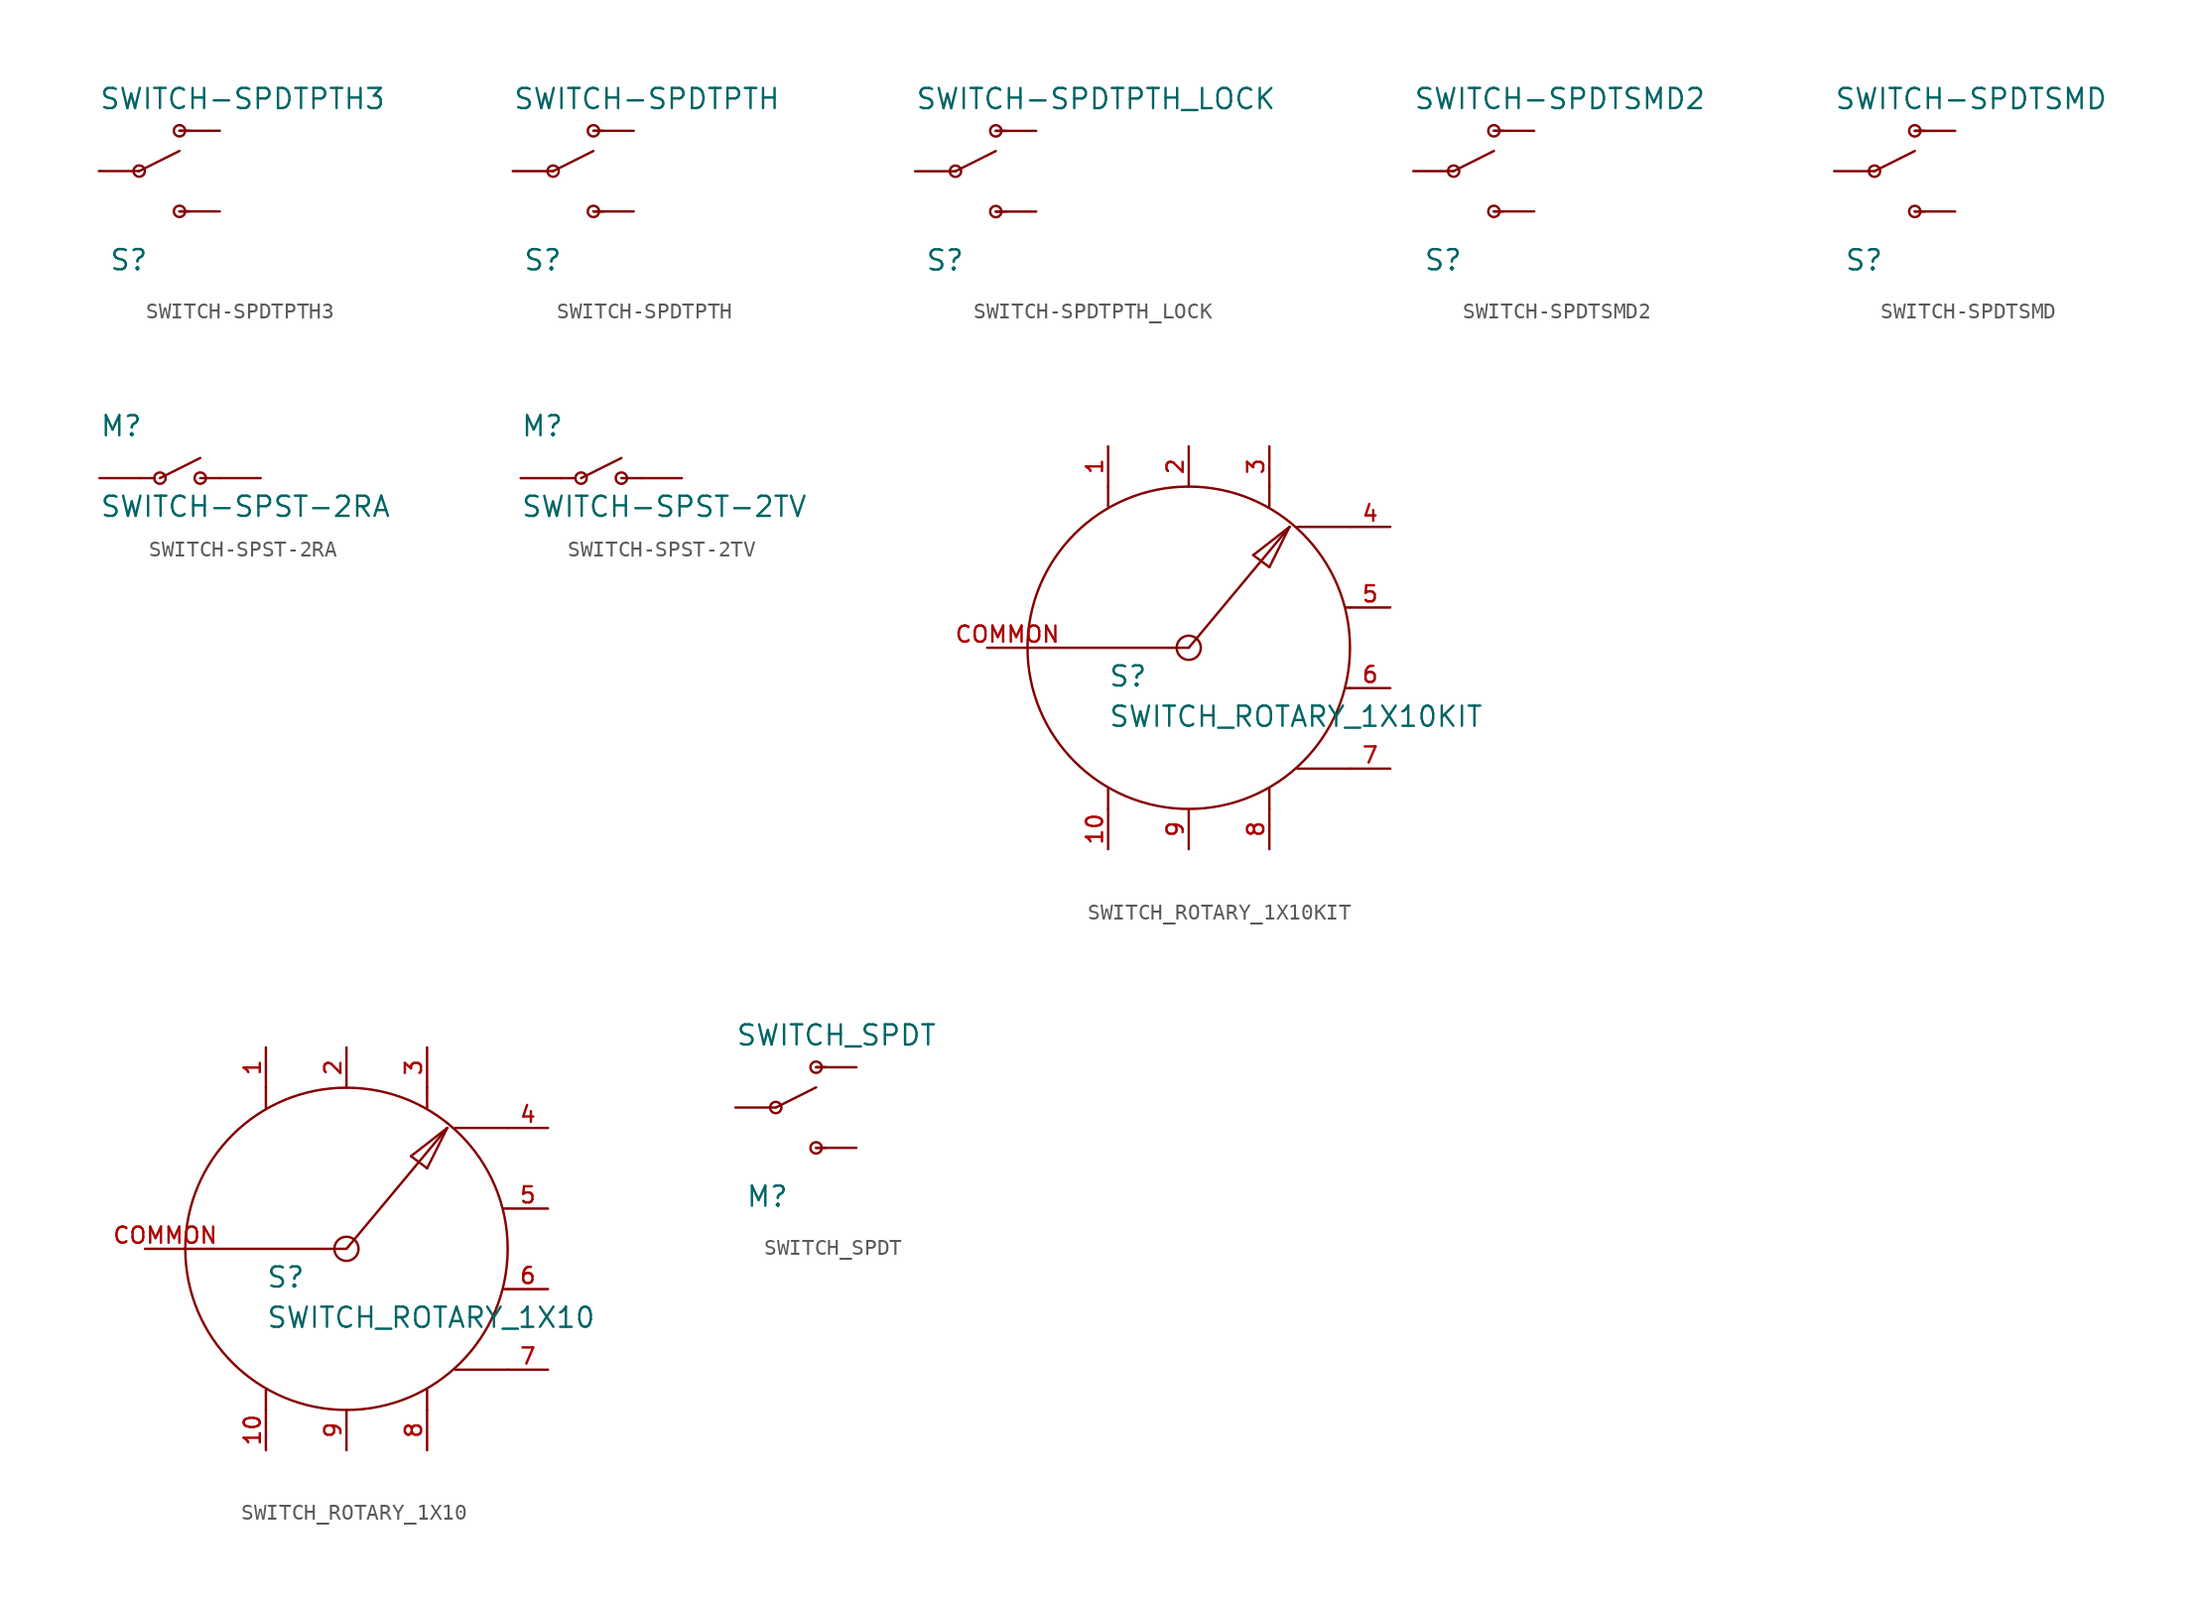
<source format=kicad_sym>
(kicad_symbol_lib
  (version 20220914)
  (generator kicad_symbol_editor)
  (symbol "SWITCH-SPDTPTH3"
    (pin_numbers hide)
    (pin_names
      (offset 1.016) hide)
    (property "Reference" "S"
      (at -1.905 -6.35 0)
      (effects (font (size 1.27 1.27)) (justify left bottom)))
    (property "Value" "SWITCH-SPDTPTH3"
      (at -2.54 3.81 0)
      (effects (font (size 1.27 1.27)) (justify left bottom)))
    (property "ki_locked" ""
      (at 0 0 0)
      (effects (font (size 1.27 1.27))))
    (symbol "SWITCH-SPDTPTH3_1_0"
      (polyline (pts (xy 0 0) (xy 2.54 1.27)) (stroke (width 0) (type solid)) (fill (type none)))
      (polyline (pts (xy 2.54 -2.54) (xy 3.175 -2.54)) (stroke (width 0) (type solid)) (fill (type none)))
      (polyline (pts (xy 2.54 2.54) (xy 3.175 2.54)) (stroke (width 0) (type solid)) (fill (type none))))
    (symbol "SWITCH-SPDTPTH3_1_1"
      (circle (center 0 0) (radius 0.356) (stroke (width 0) (type solid)) (fill (type none)))
      (circle (center 2.54 -2.54) (radius 0.356) (stroke (width 0) (type solid)) (fill (type none)))
      (circle (center 2.54 2.54) (radius 0.356) (stroke (width 0) (type solid)) (fill (type none)))
      (pin passive line (at 5.08 2.54 180) (length 2.54) (name "O" (effects (font (size 1.016 1.016)))) (number "P$1" (effects (font (size 1.016 1.016)))))
      (pin passive line (at -2.54 0 0) (length 2.54) (name "P" (effects (font (size 1.016 1.016)))) (number "P$2" (effects (font (size 1.016 1.016)))))
      (pin passive line (at 5.08 -2.54 180) (length 2.54) (name "S" (effects (font (size 1.016 1.016)))) (number "P$3" (effects (font (size 1.016 1.016)))))))
  (symbol "SWITCH-SPDTPTH"
    (pin_numbers hide)
    (pin_names
      (offset 1.016) hide)
    (property "Reference" "S"
      (at -1.905 -6.35 0)
      (effects (font (size 1.27 1.27)) (justify left bottom)))
    (property "Value" "SWITCH-SPDTPTH"
      (at -2.54 3.81 0)
      (effects (font (size 1.27 1.27)) (justify left bottom)))
    (property "ki_locked" ""
      (at 0 0 0)
      (effects (font (size 1.27 1.27))))
    (symbol "SWITCH-SPDTPTH_1_0"
      (polyline (pts (xy 0 0) (xy 2.54 1.27)) (stroke (width 0) (type solid)) (fill (type none)))
      (polyline (pts (xy 2.54 -2.54) (xy 3.175 -2.54)) (stroke (width 0) (type solid)) (fill (type none)))
      (polyline (pts (xy 2.54 2.54) (xy 3.175 2.54)) (stroke (width 0) (type solid)) (fill (type none))))
    (symbol "SWITCH-SPDTPTH_1_1"
      (circle (center 0 0) (radius 0.356) (stroke (width 0) (type solid)) (fill (type none)))
      (circle (center 2.54 -2.54) (radius 0.356) (stroke (width 0) (type solid)) (fill (type none)))
      (circle (center 2.54 2.54) (radius 0.356) (stroke (width 0) (type solid)) (fill (type none)))
      (pin passive line (at 5.08 2.54 180) (length 2.54) (name "O" (effects (font (size 1.016 1.016)))) (number "1" (effects (font (size 1.016 1.016)))))
      (pin passive line (at -2.54 0 0) (length 2.54) (name "P" (effects (font (size 1.016 1.016)))) (number "2" (effects (font (size 1.016 1.016)))))
      (pin passive line (at 5.08 -2.54 180) (length 2.54) (name "S" (effects (font (size 1.016 1.016)))) (number "3" (effects (font (size 1.016 1.016)))))))
  (symbol "SWITCH-SPDTPTH_LOCK"
    (pin_numbers hide)
    (pin_names
      (offset 1.016) hide)
    (property "Reference" "S"
      (at -1.905 -6.35 0)
      (effects (font (size 1.27 1.27)) (justify left bottom)))
    (property "Value" "SWITCH-SPDTPTH_LOCK"
      (at -2.54 3.81 0)
      (effects (font (size 1.27 1.27)) (justify left bottom)))
    (property "ki_locked" ""
      (at 0 0 0)
      (effects (font (size 1.27 1.27))))
    (symbol "SWITCH-SPDTPTH_LOCK_1_0"
      (polyline (pts (xy 0 0) (xy 2.54 1.27)) (stroke (width 0) (type solid)) (fill (type none)))
      (polyline (pts (xy 2.54 -2.54) (xy 3.175 -2.54)) (stroke (width 0) (type solid)) (fill (type none)))
      (polyline (pts (xy 2.54 2.54) (xy 3.175 2.54)) (stroke (width 0) (type solid)) (fill (type none))))
    (symbol "SWITCH-SPDTPTH_LOCK_1_1"
      (circle (center 0 0) (radius 0.356) (stroke (width 0) (type solid)) (fill (type none)))
      (circle (center 2.54 -2.54) (radius 0.356) (stroke (width 0) (type solid)) (fill (type none)))
      (circle (center 2.54 2.54) (radius 0.356) (stroke (width 0) (type solid)) (fill (type none)))
      (pin passive line (at 5.08 2.54 180) (length 2.54) (name "O" (effects (font (size 1.016 1.016)))) (number "1" (effects (font (size 1.016 1.016)))))
      (pin passive line (at -2.54 0 0) (length 2.54) (name "P" (effects (font (size 1.016 1.016)))) (number "2" (effects (font (size 1.016 1.016)))))
      (pin passive line (at 5.08 -2.54 180) (length 2.54) (name "S" (effects (font (size 1.016 1.016)))) (number "3" (effects (font (size 1.016 1.016)))))))
  (symbol "SWITCH-SPDTSMD2"
    (pin_numbers hide)
    (pin_names
      (offset 1.016) hide)
    (property "Reference" "S"
      (at -1.905 -6.35 0)
      (effects (font (size 1.27 1.27)) (justify left bottom)))
    (property "Value" "SWITCH-SPDTSMD2"
      (at -2.54 3.81 0)
      (effects (font (size 1.27 1.27)) (justify left bottom)))
    (property "ki_locked" ""
      (at 0 0 0)
      (effects (font (size 1.27 1.27))))
    (symbol "SWITCH-SPDTSMD2_1_0"
      (polyline (pts (xy 0 0) (xy 2.54 1.27)) (stroke (width 0) (type solid)) (fill (type none)))
      (polyline (pts (xy 2.54 -2.54) (xy 3.175 -2.54)) (stroke (width 0) (type solid)) (fill (type none)))
      (polyline (pts (xy 2.54 2.54) (xy 3.175 2.54)) (stroke (width 0) (type solid)) (fill (type none))))
    (symbol "SWITCH-SPDTSMD2_1_1"
      (circle (center 0 0) (radius 0.356) (stroke (width 0) (type solid)) (fill (type none)))
      (circle (center 2.54 -2.54) (radius 0.356) (stroke (width 0) (type solid)) (fill (type none)))
      (circle (center 2.54 2.54) (radius 0.356) (stroke (width 0) (type solid)) (fill (type none)))
      (pin passive line (at 5.08 2.54 180) (length 2.54) (name "O" (effects (font (size 1.016 1.016)))) (number "1" (effects (font (size 1.016 1.016)))))
      (pin passive line (at -2.54 0 0) (length 2.54) (name "P" (effects (font (size 1.016 1.016)))) (number "2" (effects (font (size 1.016 1.016)))))
      (pin passive line (at 5.08 -2.54 180) (length 2.54) (name "S" (effects (font (size 1.016 1.016)))) (number "3" (effects (font (size 1.016 1.016)))))))
  (symbol "SWITCH-SPDTSMD"
    (pin_numbers hide)
    (pin_names
      (offset 1.016) hide)
    (property "Reference" "S"
      (at -1.905 -6.35 0)
      (effects (font (size 1.27 1.27)) (justify left bottom)))
    (property "Value" "SWITCH-SPDTSMD"
      (at -2.54 3.81 0)
      (effects (font (size 1.27 1.27)) (justify left bottom)))
    (property "ki_locked" ""
      (at 0 0 0)
      (effects (font (size 1.27 1.27))))
    (symbol "SWITCH-SPDTSMD_1_0"
      (polyline (pts (xy 0 0) (xy 2.54 1.27)) (stroke (width 0) (type solid)) (fill (type none)))
      (polyline (pts (xy 2.54 -2.54) (xy 3.175 -2.54)) (stroke (width 0) (type solid)) (fill (type none)))
      (polyline (pts (xy 2.54 2.54) (xy 3.175 2.54)) (stroke (width 0) (type solid)) (fill (type none))))
    (symbol "SWITCH-SPDTSMD_1_1"
      (circle (center 0 0) (radius 0.356) (stroke (width 0) (type solid)) (fill (type none)))
      (circle (center 2.54 -2.54) (radius 0.356) (stroke (width 0) (type solid)) (fill (type none)))
      (circle (center 2.54 2.54) (radius 0.356) (stroke (width 0) (type solid)) (fill (type none)))
      (pin passive line (at 5.08 2.54 180) (length 2.54) (name "O" (effects (font (size 1.016 1.016)))) (number "1" (effects (font (size 1.016 1.016)))))
      (pin passive line (at -2.54 0 0) (length 2.54) (name "P" (effects (font (size 1.016 1.016)))) (number "2" (effects (font (size 1.016 1.016)))))
      (pin passive line (at 5.08 -2.54 180) (length 2.54) (name "S" (effects (font (size 1.016 1.016)))) (number "3" (effects (font (size 1.016 1.016)))))))
  (symbol "SWITCH-SPST-2RA"
    (pin_numbers hide)
    (pin_names
      (offset 1.016) hide)
    (property "Reference" "M"
      (at -5.08 2.54 0)
      (effects (font (size 1.27 1.27)) (justify left bottom)))
    (property "Value" "SWITCH-SPST-2RA"
      (at -5.08 -2.54 0)
      (effects (font (size 1.27 1.27)) (justify left bottom)))
    (property "ki_locked" ""
      (at 0 0 0)
      (effects (font (size 1.27 1.27))))
    (symbol "SWITCH-SPST-2RA_1_0"
      (polyline (pts (xy -2.54 0) (xy -1.626 0)) (stroke (width 0) (type solid)) (fill (type none)))
      (polyline (pts (xy -1.27 0) (xy 1.27 1.27)) (stroke (width 0) (type solid)) (fill (type none)))
      (polyline (pts (xy 1.27 0) (xy 2.54 0)) (stroke (width 0) (type solid)) (fill (type none))))
    (symbol "SWITCH-SPST-2RA_1_1"
      (circle (center -1.27 0) (radius 0.356) (stroke (width 0) (type solid)) (fill (type none)))
      (circle (center 1.27 0) (radius 0.356) (stroke (width 0) (type solid)) (fill (type none)))
      (pin passive line (at 5.08 0 180) (length 2.54) (name "O" (effects (font (size 1.016 1.016)))) (number "P$3" (effects (font (size 1.016 1.016)))))
      (pin passive line (at -5.08 0 0) (length 2.54) (name "P" (effects (font (size 1.016 1.016)))) (number "P$4" (effects (font (size 1.016 1.016)))))))
  (symbol "SWITCH-SPST-2TV"
    (pin_numbers hide)
    (pin_names
      (offset 1.016) hide)
    (property "Reference" "M"
      (at -5.08 2.54 0)
      (effects (font (size 1.27 1.27)) (justify left bottom)))
    (property "Value" "SWITCH-SPST-2TV"
      (at -5.08 -2.54 0)
      (effects (font (size 1.27 1.27)) (justify left bottom)))
    (property "ki_locked" ""
      (at 0 0 0)
      (effects (font (size 1.27 1.27))))
    (symbol "SWITCH-SPST-2TV_1_0"
      (polyline (pts (xy -2.54 0) (xy -1.626 0)) (stroke (width 0) (type solid)) (fill (type none)))
      (polyline (pts (xy -1.27 0) (xy 1.27 1.27)) (stroke (width 0) (type solid)) (fill (type none)))
      (polyline (pts (xy 1.27 0) (xy 2.54 0)) (stroke (width 0) (type solid)) (fill (type none))))
    (symbol "SWITCH-SPST-2TV_1_1"
      (circle (center -1.27 0) (radius 0.356) (stroke (width 0) (type solid)) (fill (type none)))
      (circle (center 1.27 0) (radius 0.356) (stroke (width 0) (type solid)) (fill (type none)))
      (pin passive line (at 5.08 0 180) (length 2.54) (name "O" (effects (font (size 1.016 1.016)))) (number "1" (effects (font (size 1.016 1.016)))))
      (pin passive line (at -5.08 0 0) (length 2.54) (name "P" (effects (font (size 1.016 1.016)))) (number "2" (effects (font (size 1.016 1.016)))))))
  (symbol "SWITCH_ROTARY_1X10KIT"
    (pin_names
      (offset 1.016) hide)
    (property "Reference" "S"
      (at -5.08 -2.54 0)
      (effects (font (size 1.27 1.27)) (justify left bottom)))
    (property "Value" "SWITCH_ROTARY_1X10KIT"
      (at -5.08 -5.08 0)
      (effects (font (size 1.27 1.27)) (justify left bottom)))
    (property "ki_locked" ""
      (at 0 0 0)
      (effects (font (size 1.27 1.27))))
    (symbol "SWITCH_ROTARY_1X10KIT_1_0"
      (polyline (pts (xy -5.08 -10.16) (xy -5.08 -8.89)) (stroke (width 0) (type solid)) (fill (type none)))
      (polyline (pts (xy -5.08 10.16) (xy -5.08 8.89)) (stroke (width 0) (type solid)) (fill (type none)))
      (polyline (pts (xy 0 0) (xy -10.16 0)) (stroke (width 0) (type solid)) (fill (type none)))
      (polyline (pts (xy 0 0) (xy 6.35 7.62)) (stroke (width 0) (type solid)) (fill (type none)))
      (polyline (pts (xy 4.064 5.842) (xy 6.35 7.62)) (stroke (width 0) (type solid)) (fill (type none)))
      (polyline (pts (xy 5.08 -10.16) (xy 5.08 -8.89)) (stroke (width 0) (type solid)) (fill (type none)))
      (polyline (pts (xy 5.08 5.08) (xy 4.064 5.842)) (stroke (width 0) (type solid)) (fill (type none)))
      (polyline (pts (xy 5.08 10.16) (xy 5.08 8.89)) (stroke (width 0) (type solid)) (fill (type none)))
      (polyline (pts (xy 6.35 7.62) (xy 5.08 5.08)) (stroke (width 0) (type solid)) (fill (type none)))
      (polyline (pts (xy 10.16 -7.62) (xy 6.858 -7.62)) (stroke (width 0) (type solid)) (fill (type none)))
      (polyline (pts (xy 10.16 -2.54) (xy 9.906 -2.54)) (stroke (width 0) (type solid)) (fill (type none)))
      (polyline (pts (xy 10.16 2.54) (xy 9.906 2.54)) (stroke (width 0) (type solid)) (fill (type none)))
      (polyline (pts (xy 10.16 7.62) (xy 6.858 7.62)) (stroke (width 0) (type solid)) (fill (type none))))
    (symbol "SWITCH_ROTARY_1X10KIT_1_1"
      (circle (center 0 0) (radius 0.762) (stroke (width 0) (type solid)) (fill (type none)))
      (circle (center 0 0) (radius 10.16) (stroke (width 0) (type solid)) (fill (type none)))
      (pin bidirectional line (at -5.08 12.7 270) (length 2.54) (name "1" (effects (font (size 1.016 1.016)))) (number "1" (effects (font (size 1.016 1.016)))))
      (pin bidirectional line (at -5.08 -12.7 90) (length 2.54) (name "10" (effects (font (size 1.016 1.016)))) (number "10" (effects (font (size 1.016 1.016)))))
      (pin bidirectional line (at 0 12.7 270) (length 2.54) (name "2" (effects (font (size 1.016 1.016)))) (number "2" (effects (font (size 1.016 1.016)))))
      (pin bidirectional line (at 5.08 12.7 270) (length 2.54) (name "3" (effects (font (size 1.016 1.016)))) (number "3" (effects (font (size 1.016 1.016)))))
      (pin bidirectional line (at 12.7 7.62 180) (length 2.54) (name "4" (effects (font (size 1.016 1.016)))) (number "4" (effects (font (size 1.016 1.016)))))
      (pin bidirectional line (at 12.7 2.54 180) (length 2.54) (name "5" (effects (font (size 1.016 1.016)))) (number "5" (effects (font (size 1.016 1.016)))))
      (pin bidirectional line (at 12.7 -2.54 180) (length 2.54) (name "6" (effects (font (size 1.016 1.016)))) (number "6" (effects (font (size 1.016 1.016)))))
      (pin bidirectional line (at 12.7 -7.62 180) (length 2.54) (name "7" (effects (font (size 1.016 1.016)))) (number "7" (effects (font (size 1.016 1.016)))))
      (pin bidirectional line (at 5.08 -12.7 90) (length 2.54) (name "8" (effects (font (size 1.016 1.016)))) (number "8" (effects (font (size 1.016 1.016)))))
      (pin bidirectional line (at 0 -12.7 90) (length 2.54) (name "9" (effects (font (size 1.016 1.016)))) (number "9" (effects (font (size 1.016 1.016)))))
      (pin bidirectional line (at -12.7 0 0) (length 2.54) (name "COMMON" (effects (font (size 1.016 1.016)))) (number "COMMON" (effects (font (size 1.016 1.016)))))))
  (symbol "SWITCH_ROTARY_1X10"
    (pin_names
      (offset 1.016) hide)
    (property "Reference" "S"
      (at -5.08 -2.54 0)
      (effects (font (size 1.27 1.27)) (justify left bottom)))
    (property "Value" "SWITCH_ROTARY_1X10"
      (at -5.08 -5.08 0)
      (effects (font (size 1.27 1.27)) (justify left bottom)))
    (property "ki_locked" ""
      (at 0 0 0)
      (effects (font (size 1.27 1.27))))
    (symbol "SWITCH_ROTARY_1X10_1_0"
      (polyline (pts (xy -5.08 -10.16) (xy -5.08 -8.89)) (stroke (width 0) (type solid)) (fill (type none)))
      (polyline (pts (xy -5.08 10.16) (xy -5.08 8.89)) (stroke (width 0) (type solid)) (fill (type none)))
      (polyline (pts (xy 0 0) (xy -10.16 0)) (stroke (width 0) (type solid)) (fill (type none)))
      (polyline (pts (xy 0 0) (xy 6.35 7.62)) (stroke (width 0) (type solid)) (fill (type none)))
      (polyline (pts (xy 4.064 5.842) (xy 6.35 7.62)) (stroke (width 0) (type solid)) (fill (type none)))
      (polyline (pts (xy 5.08 -10.16) (xy 5.08 -8.89)) (stroke (width 0) (type solid)) (fill (type none)))
      (polyline (pts (xy 5.08 5.08) (xy 4.064 5.842)) (stroke (width 0) (type solid)) (fill (type none)))
      (polyline (pts (xy 5.08 10.16) (xy 5.08 8.89)) (stroke (width 0) (type solid)) (fill (type none)))
      (polyline (pts (xy 6.35 7.62) (xy 5.08 5.08)) (stroke (width 0) (type solid)) (fill (type none)))
      (polyline (pts (xy 10.16 -7.62) (xy 6.858 -7.62)) (stroke (width 0) (type solid)) (fill (type none)))
      (polyline (pts (xy 10.16 -2.54) (xy 9.906 -2.54)) (stroke (width 0) (type solid)) (fill (type none)))
      (polyline (pts (xy 10.16 2.54) (xy 9.906 2.54)) (stroke (width 0) (type solid)) (fill (type none)))
      (polyline (pts (xy 10.16 7.62) (xy 6.858 7.62)) (stroke (width 0) (type solid)) (fill (type none))))
    (symbol "SWITCH_ROTARY_1X10_1_1"
      (circle (center 0 0) (radius 0.762) (stroke (width 0) (type solid)) (fill (type none)))
      (circle (center 0 0) (radius 10.16) (stroke (width 0) (type solid)) (fill (type none)))
      (pin bidirectional line (at -5.08 12.7 270) (length 2.54) (name "1" (effects (font (size 1.016 1.016)))) (number "1" (effects (font (size 1.016 1.016)))))
      (pin bidirectional line (at -5.08 -12.7 90) (length 2.54) (name "10" (effects (font (size 1.016 1.016)))) (number "10" (effects (font (size 1.016 1.016)))))
      (pin bidirectional line (at 0 12.7 270) (length 2.54) (name "2" (effects (font (size 1.016 1.016)))) (number "2" (effects (font (size 1.016 1.016)))))
      (pin bidirectional line (at 5.08 12.7 270) (length 2.54) (name "3" (effects (font (size 1.016 1.016)))) (number "3" (effects (font (size 1.016 1.016)))))
      (pin bidirectional line (at 12.7 7.62 180) (length 2.54) (name "4" (effects (font (size 1.016 1.016)))) (number "4" (effects (font (size 1.016 1.016)))))
      (pin bidirectional line (at 12.7 2.54 180) (length 2.54) (name "5" (effects (font (size 1.016 1.016)))) (number "5" (effects (font (size 1.016 1.016)))))
      (pin bidirectional line (at 12.7 -2.54 180) (length 2.54) (name "6" (effects (font (size 1.016 1.016)))) (number "6" (effects (font (size 1.016 1.016)))))
      (pin bidirectional line (at 12.7 -7.62 180) (length 2.54) (name "7" (effects (font (size 1.016 1.016)))) (number "7" (effects (font (size 1.016 1.016)))))
      (pin bidirectional line (at 5.08 -12.7 90) (length 2.54) (name "8" (effects (font (size 1.016 1.016)))) (number "8" (effects (font (size 1.016 1.016)))))
      (pin bidirectional line (at 0 -12.7 90) (length 2.54) (name "9" (effects (font (size 1.016 1.016)))) (number "9" (effects (font (size 1.016 1.016)))))
      (pin bidirectional line (at -12.7 0 0) (length 2.54) (name "COMMON" (effects (font (size 1.016 1.016)))) (number "COMMON" (effects (font (size 1.016 1.016)))))))
  (symbol "SWITCH_SPDT"
    (pin_numbers hide)
    (pin_names
      (offset 1.016) hide)
    (property "Reference" "M"
      (at -1.905 -6.35 0)
      (effects (font (size 1.27 1.27)) (justify left bottom)))
    (property "Value" "SWITCH_SPDT"
      (at -2.54 3.81 0)
      (effects (font (size 1.27 1.27)) (justify left bottom)))
    (property "ki_locked" ""
      (at 0 0 0)
      (effects (font (size 1.27 1.27))))
    (symbol "SWITCH_SPDT_1_0"
      (polyline (pts (xy 0 0) (xy 2.54 1.27)) (stroke (width 0) (type solid)) (fill (type none)))
      (polyline (pts (xy 2.54 -2.54) (xy 3.175 -2.54)) (stroke (width 0) (type solid)) (fill (type none)))
      (polyline (pts (xy 2.54 2.54) (xy 3.175 2.54)) (stroke (width 0) (type solid)) (fill (type none))))
    (symbol "SWITCH_SPDT_1_1"
      (circle (center 0 0) (radius 0.356) (stroke (width 0) (type solid)) (fill (type none)))
      (circle (center 2.54 -2.54) (radius 0.356) (stroke (width 0) (type solid)) (fill (type none)))
      (circle (center 2.54 2.54) (radius 0.356) (stroke (width 0) (type solid)) (fill (type none)))
      (pin passive line (at 5.08 2.54 180) (length 2.54) (name "O" (effects (font (size 1.016 1.016)))) (number "O" (effects (font (size 1.016 1.016)))))
      (pin passive line (at -2.54 0 0) (length 2.54) (name "P" (effects (font (size 1.016 1.016)))) (number "P" (effects (font (size 1.016 1.016)))))
      (pin passive line (at 5.08 -2.54 180) (length 2.54) (name "S" (effects (font (size 1.016 1.016)))) (number "S" (effects (font (size 1.016 1.016))))))))
</source>
